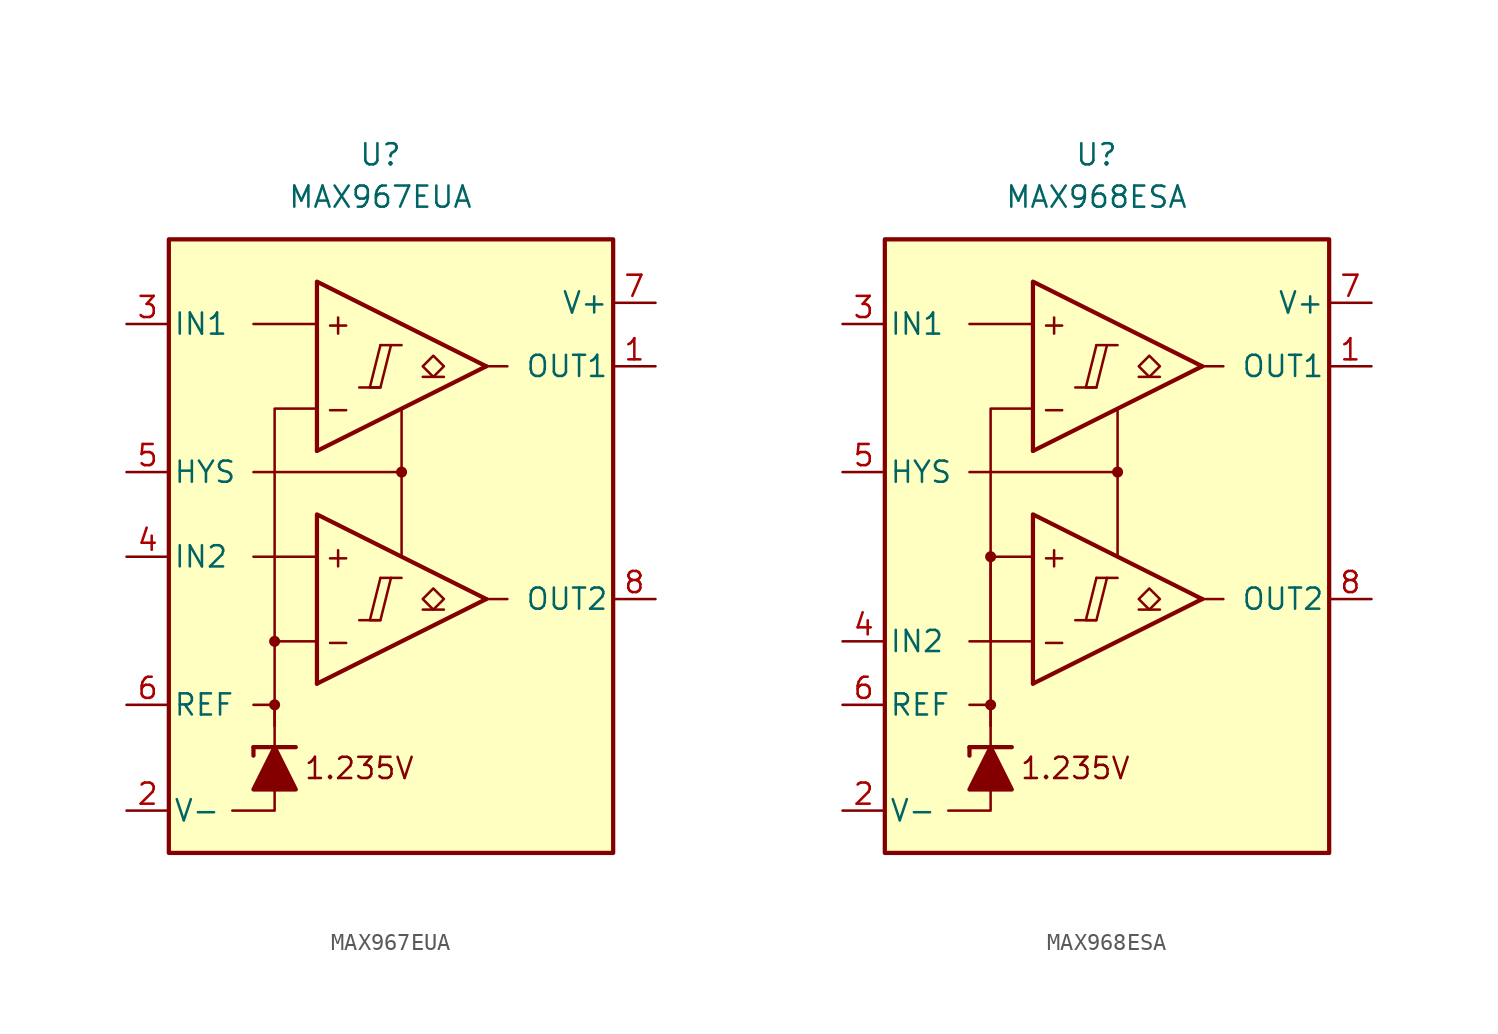
<source format=kicad_sym>
(kicad_symbol_lib
  (version 20231120)
  (generator "kicad_symbol_editor")
  (generator_version "8.0")
  (symbol "MAX967EUA"
    (pin_names
      (offset 0.254))
    (property "Reference" "U"
      (at -1.27 22.86 0)
      (effects (font (size 1.27 1.27))))
    (property "Value" "MAX967EUA"
      (at -1.27 20.32 0)
      (effects (font (size 1.27 1.27))))
    (symbol "MAX967EUA_0_0"
      (rectangle (start -13.97 17.78) (end 12.7 -19.05) (stroke (width 0.254) (type default)) (fill (type background)))
      (circle (center -7.62 -10.16) (radius 0.254) (stroke (width 0.152) (type default)) (fill (type outline)))
      (circle (center -7.62 -6.35) (radius 0.254) (stroke (width 0.152) (type default)) (fill (type outline)))
      (polyline (pts (xy -2.54 -5.08) (xy -1.27 -5.08)) (stroke (width 0.152) (type default)) (fill (type none)))
      (polyline (pts (xy -2.54 8.89) (xy -1.27 8.89)) (stroke (width 0.152) (type default)) (fill (type none)))
      (polyline (pts (xy -1.27 -2.54) (xy 0 -2.54)) (stroke (width 0.152) (type default)) (fill (type none)))
      (polyline (pts (xy -1.27 11.43) (xy 0 11.43)) (stroke (width 0.152) (type default)) (fill (type none)))
      (polyline (pts (xy 5.08 -3.81) (xy -5.08 -8.89)) (stroke (width 0.254) (type default)) (fill (type none)))
      (polyline (pts (xy 5.08 10.16) (xy -5.08 5.08)) (stroke (width 0.254) (type default)) (fill (type none)))
      (polyline (pts (xy 5.08 -3.81) (xy -5.08 1.27) (xy -5.08 -8.89)) (stroke (width 0.254) (type default)) (fill (type background)))
      (polyline (pts (xy 5.08 10.16) (xy -5.08 15.24) (xy -5.08 5.08)) (stroke (width 0.254) (type default)) (fill (type background)))
      (polyline (pts (xy -1.27 -2.54) (xy -1.905 -5.08) (xy -1.27 -5.08) (xy -0.635 -2.54)) (stroke (width 0.152) (type default)) (fill (type none)))
      (polyline (pts (xy -1.27 11.43) (xy -1.905 8.89) (xy -1.27 8.89) (xy -0.635 11.43)) (stroke (width 0.152) (type default)) (fill (type none)))
      (circle (center 0 3.81) (radius 0.254) (stroke (width 0.152) (type default)) (fill (type outline)))
      (text "+" (at -3.81 -1.27 0) (effects (font (size 1.27 1.27))))
      (text "+" (at -3.81 12.7 0) (effects (font (size 1.27 1.27))))
      (text "-" (at -3.81 -6.35 0) (effects (font (size 1.27 1.27))))
      (text "-" (at -3.81 7.62 0) (effects (font (size 1.27 1.27))))
      (text "1.235V" (at -2.54 -13.97 0) (effects (font (size 1.27 1.27)))))
    (symbol "MAX967EUA_0_1"
      (polyline (pts (xy -8.89 -12.7) (xy -8.89 -13.208)) (stroke (width 0.254) (type default)) (fill (type none)))
      (polyline (pts (xy -8.89 -12.7) (xy -6.35 -12.7)) (stroke (width 0.254) (type default)) (fill (type none)))
      (polyline (pts (xy -5.08 -1.27) (xy -8.89 -1.27)) (stroke (width 0) (type default)) (fill (type none)))
      (polyline (pts (xy -5.08 12.7) (xy -8.89 12.7)) (stroke (width 0) (type default)) (fill (type none)))
      (polyline (pts (xy 0 3.81) (xy 0 -1.27)) (stroke (width 0) (type default)) (fill (type none)))
      (polyline (pts (xy 5.08 -3.81) (xy 6.35 -3.81)) (stroke (width 0) (type default)) (fill (type none)))
      (polyline (pts (xy 5.08 10.16) (xy 6.35 10.16)) (stroke (width 0) (type default)) (fill (type none)))
      (polyline (pts (xy -7.62 -15.24) (xy -7.62 -16.51) (xy -10.16 -16.51)) (stroke (width 0) (type default)) (fill (type none)))
      (polyline (pts (xy -7.62 -12.7) (xy -7.62 -10.16) (xy -8.89 -10.16)) (stroke (width 0) (type default)) (fill (type none)))
      (polyline (pts (xy -7.62 -11.43) (xy -7.62 -6.35) (xy -5.08 -6.35)) (stroke (width 0) (type default)) (fill (type none)))
      (polyline (pts (xy -7.62 -6.35) (xy -7.62 7.62) (xy -5.08 7.62)) (stroke (width 0) (type default)) (fill (type none)))
      (polyline (pts (xy 0 7.62) (xy 0 3.81) (xy -8.89 3.81)) (stroke (width 0) (type default)) (fill (type none)))
      (polyline (pts (xy -6.35 -15.24) (xy -8.89 -15.24) (xy -7.62 -12.7) (xy -6.35 -15.24)) (stroke (width 0.254) (type default)) (fill (type outline))))
    (symbol "MAX967EUA_1_1"
      (polyline (pts (xy 2.54 -4.445) (xy 1.27 -4.445)) (stroke (width 0.152) (type default)) (fill (type none)))
      (polyline (pts (xy 2.54 9.525) (xy 1.27 9.525)) (stroke (width 0.152) (type default)) (fill (type none)))
      (polyline (pts (xy 1.905 -4.445) (xy 1.27 -3.81) (xy 1.905 -3.175) (xy 2.54 -3.81) (xy 1.905 -4.445)) (stroke (width 0.152) (type default)) (fill (type none)))
      (polyline (pts (xy 1.905 9.525) (xy 1.27 10.16) (xy 1.905 10.795) (xy 2.54 10.16) (xy 1.905 9.525)) (stroke (width 0.152) (type default)) (fill (type none)))
      (pin output line (at 15.24 10.16 180) (length 2.54) (name "OUT1" (effects (font (size 1.27 1.27)))) (number "1" (effects (font (size 1.27 1.27)))))
      (pin power_in line (at -16.51 -16.51 0) (length 2.54) (name "V-" (effects (font (size 1.27 1.27)))) (number "2" (effects (font (size 1.27 1.27)))))
      (pin input line (at -16.51 12.7 0) (length 2.54) (name "IN1" (effects (font (size 1.27 1.27)))) (number "3" (effects (font (size 1.27 1.27)))))
      (pin input line (at -16.51 -1.27 0) (length 2.54) (name "IN2" (effects (font (size 1.27 1.27)))) (number "4" (effects (font (size 1.27 1.27)))))
      (pin input line (at -16.51 3.81 0) (length 2.54) (name "HYS" (effects (font (size 1.27 1.27)))) (number "5" (effects (font (size 1.27 1.27)))))
      (pin output line (at -16.51 -10.16 0) (length 2.54) (name "REF" (effects (font (size 1.27 1.27)))) (number "6" (effects (font (size 1.27 1.27)))))
      (pin power_in line (at 15.24 13.97 180) (length 2.54) (name "V+" (effects (font (size 1.27 1.27)))) (number "7" (effects (font (size 1.27 1.27)))))
      (pin output line (at 15.24 -3.81 180) (length 2.54) (name "OUT2" (effects (font (size 1.27 1.27)))) (number "8" (effects (font (size 1.27 1.27)))))))
  (symbol "MAX968ESA"
    (pin_names
      (offset 0.254))
    (property "Reference" "U"
      (at -1.27 22.86 0)
      (effects (font (size 1.27 1.27))))
    (property "Value" "MAX968ESA"
      (at -1.27 20.32 0)
      (effects (font (size 1.27 1.27))))
    (symbol "MAX968ESA_0_0"
      (rectangle (start -13.97 17.78) (end 12.7 -19.05) (stroke (width 0.254) (type default)) (fill (type background)))
      (circle (center -7.62 -10.16) (radius 0.254) (stroke (width 0.152) (type default)) (fill (type outline)))
      (circle (center -7.62 -1.27) (radius 0.254) (stroke (width 0.152) (type default)) (fill (type outline)))
      (polyline (pts (xy -2.54 -5.08) (xy -1.27 -5.08)) (stroke (width 0.152) (type default)) (fill (type none)))
      (polyline (pts (xy -2.54 8.89) (xy -1.27 8.89)) (stroke (width 0.152) (type default)) (fill (type none)))
      (polyline (pts (xy -1.27 -2.54) (xy 0 -2.54)) (stroke (width 0.152) (type default)) (fill (type none)))
      (polyline (pts (xy -1.27 11.43) (xy 0 11.43)) (stroke (width 0.152) (type default)) (fill (type none)))
      (polyline (pts (xy 5.08 -3.81) (xy -5.08 -8.89)) (stroke (width 0.254) (type default)) (fill (type none)))
      (polyline (pts (xy 5.08 10.16) (xy -5.08 5.08)) (stroke (width 0.254) (type default)) (fill (type none)))
      (polyline (pts (xy 5.08 -3.81) (xy -5.08 1.27) (xy -5.08 -8.89)) (stroke (width 0.254) (type default)) (fill (type background)))
      (polyline (pts (xy 5.08 10.16) (xy -5.08 15.24) (xy -5.08 5.08)) (stroke (width 0.254) (type default)) (fill (type background)))
      (polyline (pts (xy -1.27 -2.54) (xy -1.905 -5.08) (xy -1.27 -5.08) (xy -0.635 -2.54)) (stroke (width 0.152) (type default)) (fill (type none)))
      (polyline (pts (xy -1.27 11.43) (xy -1.905 8.89) (xy -1.27 8.89) (xy -0.635 11.43)) (stroke (width 0.152) (type default)) (fill (type none)))
      (circle (center 0 3.81) (radius 0.254) (stroke (width 0.152) (type default)) (fill (type outline)))
      (text "+" (at -3.81 -1.27 0) (effects (font (size 1.27 1.27))))
      (text "+" (at -3.81 12.7 0) (effects (font (size 1.27 1.27))))
      (text "-" (at -3.81 -6.35 0) (effects (font (size 1.27 1.27))))
      (text "-" (at -3.81 7.62 0) (effects (font (size 1.27 1.27))))
      (text "1.235V" (at -2.54 -13.97 0) (effects (font (size 1.27 1.27)))))
    (symbol "MAX968ESA_0_1"
      (polyline (pts (xy -8.89 -12.7) (xy -8.89 -13.208)) (stroke (width 0.254) (type default)) (fill (type none)))
      (polyline (pts (xy -8.89 -12.7) (xy -6.35 -12.7)) (stroke (width 0.254) (type default)) (fill (type none)))
      (polyline (pts (xy -5.08 -6.35) (xy -8.89 -6.35)) (stroke (width 0) (type default)) (fill (type none)))
      (polyline (pts (xy -5.08 12.7) (xy -8.89 12.7)) (stroke (width 0) (type default)) (fill (type none)))
      (polyline (pts (xy 0 3.81) (xy 0 -1.27)) (stroke (width 0) (type default)) (fill (type none)))
      (polyline (pts (xy 5.08 -3.81) (xy 6.35 -3.81)) (stroke (width 0) (type default)) (fill (type none)))
      (polyline (pts (xy 5.08 10.16) (xy 6.35 10.16)) (stroke (width 0) (type default)) (fill (type none)))
      (polyline (pts (xy -7.62 -15.24) (xy -7.62 -16.51) (xy -10.16 -16.51)) (stroke (width 0) (type default)) (fill (type none)))
      (polyline (pts (xy -7.62 -12.7) (xy -7.62 -10.16) (xy -8.89 -10.16)) (stroke (width 0) (type default)) (fill (type none)))
      (polyline (pts (xy -7.62 -11.43) (xy -7.62 -1.27) (xy -5.08 -1.27)) (stroke (width 0) (type default)) (fill (type none)))
      (polyline (pts (xy -7.62 -6.35) (xy -7.62 7.62) (xy -5.08 7.62)) (stroke (width 0) (type default)) (fill (type none)))
      (polyline (pts (xy 0 7.62) (xy 0 3.81) (xy -8.89 3.81)) (stroke (width 0) (type default)) (fill (type none)))
      (polyline (pts (xy -6.35 -15.24) (xy -8.89 -15.24) (xy -7.62 -12.7) (xy -6.35 -15.24)) (stroke (width 0.254) (type default)) (fill (type outline))))
    (symbol "MAX968ESA_1_1"
      (polyline (pts (xy 2.54 -4.445) (xy 1.27 -4.445)) (stroke (width 0.152) (type default)) (fill (type none)))
      (polyline (pts (xy 2.54 9.525) (xy 1.27 9.525)) (stroke (width 0.152) (type default)) (fill (type none)))
      (polyline (pts (xy 1.905 -4.445) (xy 1.27 -3.81) (xy 1.905 -3.175) (xy 2.54 -3.81) (xy 1.905 -4.445)) (stroke (width 0.152) (type default)) (fill (type none)))
      (polyline (pts (xy 1.905 9.525) (xy 1.27 10.16) (xy 1.905 10.795) (xy 2.54 10.16) (xy 1.905 9.525)) (stroke (width 0.152) (type default)) (fill (type none)))
      (pin output line (at 15.24 10.16 180) (length 2.54) (name "OUT1" (effects (font (size 1.27 1.27)))) (number "1" (effects (font (size 1.27 1.27)))))
      (pin power_in line (at -16.51 -16.51 0) (length 2.54) (name "V-" (effects (font (size 1.27 1.27)))) (number "2" (effects (font (size 1.27 1.27)))))
      (pin input line (at -16.51 12.7 0) (length 2.54) (name "IN1" (effects (font (size 1.27 1.27)))) (number "3" (effects (font (size 1.27 1.27)))))
      (pin input line (at -16.51 -6.35 0) (length 2.54) (name "IN2" (effects (font (size 1.27 1.27)))) (number "4" (effects (font (size 1.27 1.27)))))
      (pin input line (at -16.51 3.81 0) (length 2.54) (name "HYS" (effects (font (size 1.27 1.27)))) (number "5" (effects (font (size 1.27 1.27)))))
      (pin output line (at -16.51 -10.16 0) (length 2.54) (name "REF" (effects (font (size 1.27 1.27)))) (number "6" (effects (font (size 1.27 1.27)))))
      (pin power_in line (at 15.24 13.97 180) (length 2.54) (name "V+" (effects (font (size 1.27 1.27)))) (number "7" (effects (font (size 1.27 1.27)))))
      (pin output line (at 15.24 -3.81 180) (length 2.54) (name "OUT2" (effects (font (size 1.27 1.27)))) (number "8" (effects (font (size 1.27 1.27))))))))
</source>
